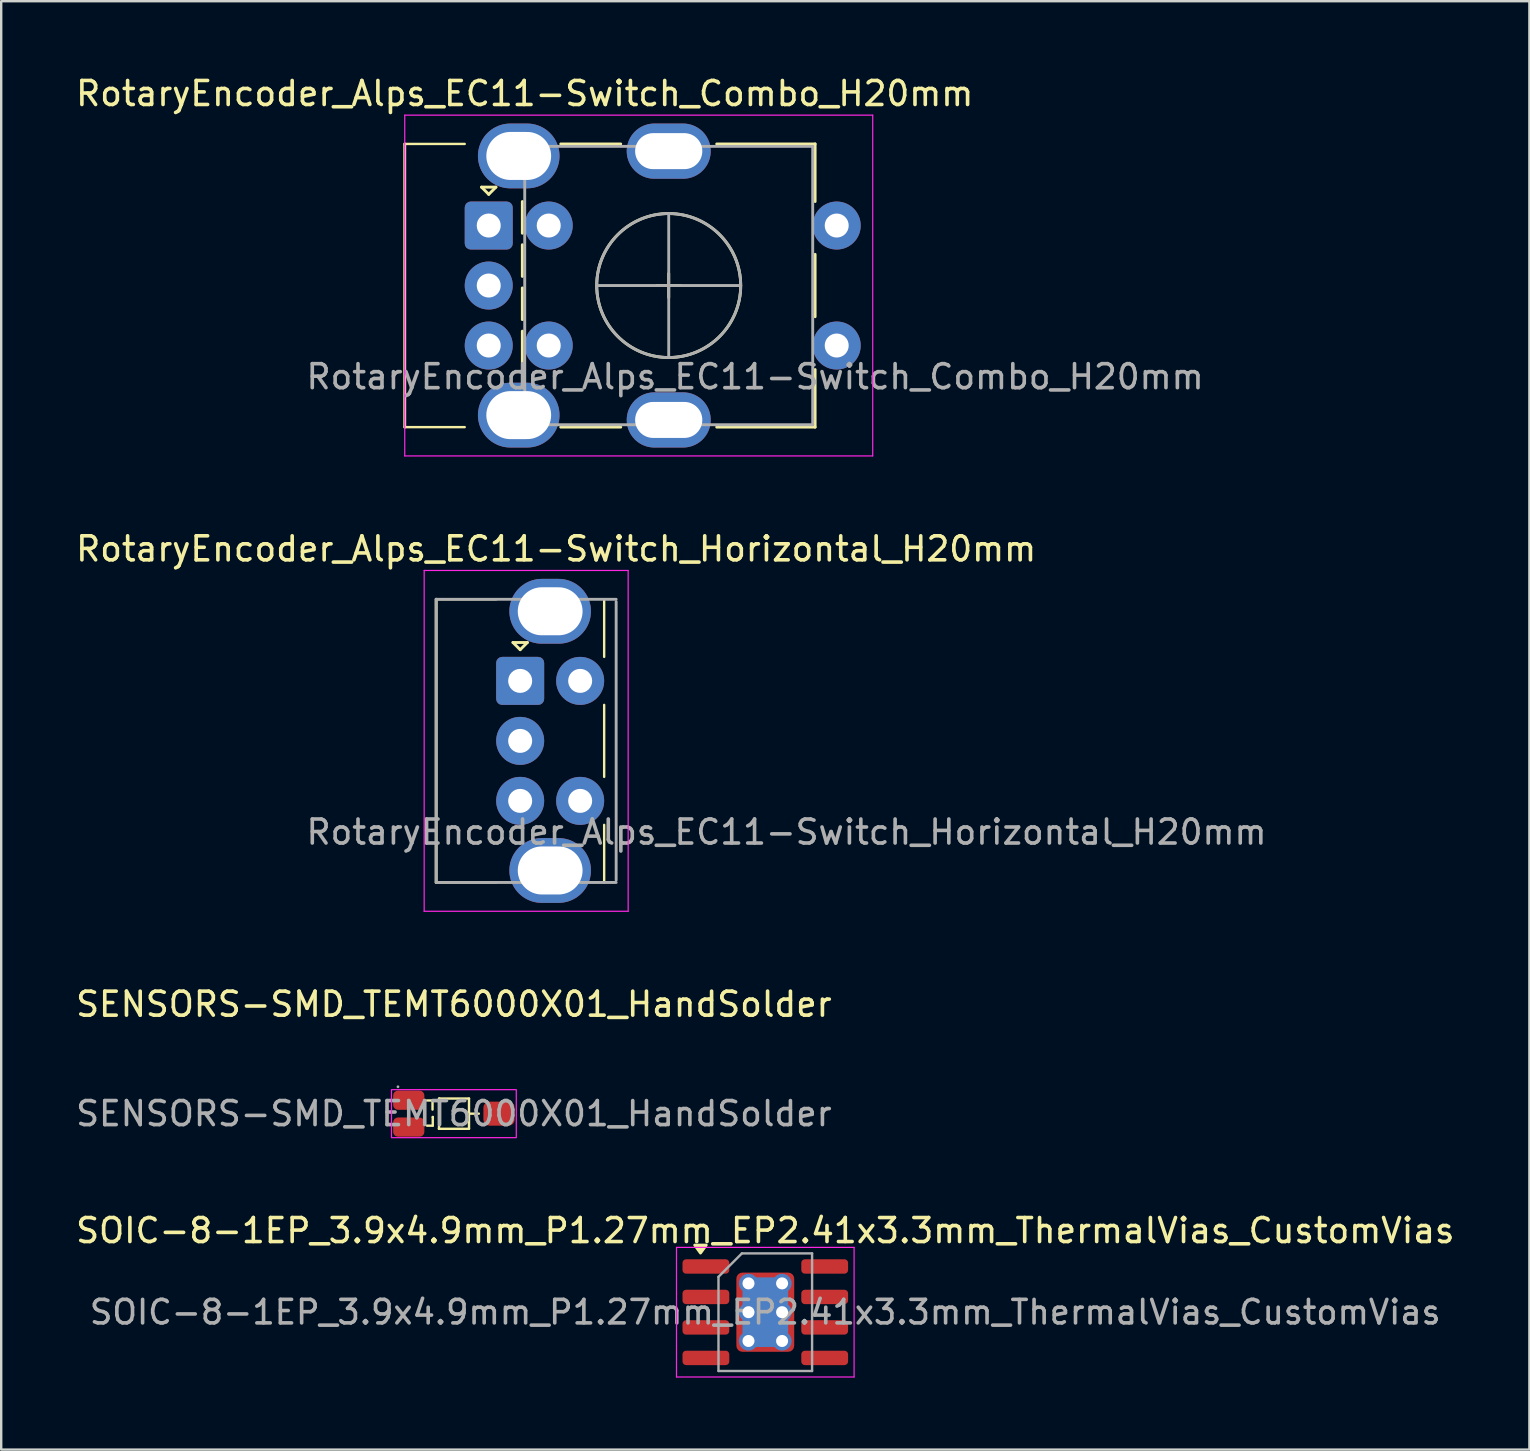
<source format=kicad_pcb>
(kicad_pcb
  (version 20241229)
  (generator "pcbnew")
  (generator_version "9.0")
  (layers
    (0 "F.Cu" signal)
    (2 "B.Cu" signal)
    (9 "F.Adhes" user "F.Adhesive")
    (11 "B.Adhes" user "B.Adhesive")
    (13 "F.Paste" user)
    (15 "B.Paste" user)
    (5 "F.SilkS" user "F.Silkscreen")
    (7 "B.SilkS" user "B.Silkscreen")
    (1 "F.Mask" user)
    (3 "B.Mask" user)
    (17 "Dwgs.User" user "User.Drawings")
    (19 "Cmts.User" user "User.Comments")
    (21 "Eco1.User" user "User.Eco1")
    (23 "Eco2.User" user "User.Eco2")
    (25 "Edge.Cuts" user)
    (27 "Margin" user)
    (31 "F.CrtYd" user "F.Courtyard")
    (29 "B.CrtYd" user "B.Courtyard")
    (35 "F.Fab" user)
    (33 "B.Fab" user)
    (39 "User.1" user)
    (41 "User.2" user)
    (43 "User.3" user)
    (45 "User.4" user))
  (footprint "SENSORS-SMD_TEMT6000X01_HandSolder"
    (layer "F.Cu")
    (at 15.863 43.355)
    (property "Reference" "SENSORS-SMD_TEMT6000X01_HandSolder" (at 0 -4.56 0) (layer "F.SilkS") (effects (font (size 1 1) (thickness 0.15))))
    (attr smd)
    (fp_line (start -1.12 -0.55) (end -0.89 -0.55) (stroke (width 0.1) (type solid)) (layer "F.SilkS"))
    (fp_line (start -1.12 0.5) (end -0.88 0.5) (stroke (width 0.1) (type solid)) (layer "F.SilkS"))
    (fp_line (start -0.89 -0.55) (end -0.89 -0.17) (stroke (width 0.1) (type solid)) (layer "F.SilkS"))
    (fp_line (start -0.88 0.14) (end -0.88 0.15) (stroke (width 0.1) (type solid)) (layer "F.SilkS"))
    (fp_line (start -0.88 0.5) (end -0.88 0.14) (stroke (width 0.1) (type solid)) (layer "F.SilkS"))
    (fp_line (start -0.62 -0.62) (end -0.62 0.63) (stroke (width 0.1) (type solid)) (layer "F.SilkS"))
    (fp_line (start -0.62 0.63) (end -0.62 0.63) (stroke (width 0.1) (type solid)) (layer "F.SilkS"))
    (fp_line (start -0.62 0.63) (end 0.63 0.63) (stroke (width 0.1) (type solid)) (layer "F.SilkS"))
    (fp_line (start -0.61 -0.63) (end -0.62 -0.62) (stroke (width 0.1) (type solid)) (layer "F.SilkS"))
    (fp_line (start 0.63 -0.63) (end -0.61 -0.63) (stroke (width 0.1) (type solid)) (layer "F.SilkS"))
    (fp_line (start 0.63 0.63) (end 0.63 -0.63) (stroke (width 0.1) (type solid)) (layer "F.SilkS"))
    (fp_line (start 0.66 0) (end 1.04 0) (stroke (width 0.1) (type solid)) (layer "F.SilkS"))
    (fp_rect (start -2.6 -1) (end 2.6 1) (stroke (width 0.05) (type default)) (fill no) (layer "F.CrtYd"))
    (fp_circle (center -2.33 -1.12) (end -2.3 -1.12) (stroke (width 0.06) (type solid)) (fill no) (layer "F.Fab"))
    (fp_text user "${REFERENCE}" (at 0 0 0) (layer "F.Fab") (effects (font (size 1 1) (thickness 0.15))))
    (pad "1" smd roundrect (at -1.88 -0.56) (size 1.3 0.8) (layers "F.Cu" "F.Mask" "F.Paste") (roundrect_rratio 0.25))
    (pad "2" smd roundrect (at -1.88 0.56) (size 1.3 0.8) (layers "F.Cu" "F.Mask" "F.Paste") (roundrect_rratio 0.25))
    (pad "3" smd roundrect (at 1.88 0) (size 1.3 1) (layers "F.Cu" "F.Mask" "F.Paste") (roundrect_rratio 0.25)))
  (footprint "RotaryEncoder_Alps_EC11-Switch_Combo_H20mm"
    (layer "F.Cu")
    (at 17.315 6.348)
    (property "Reference" "RotaryEncoder_Alps_EC11-Switch_Combo_H20mm" (at 1.5 -5.5 0) (layer "F.SilkS") (effects (font (size 1 1) (thickness 0.15))))
    (attr through_hole)
    (fp_line (start -3.5 -3.4) (end -3.5 8.4) (stroke (width 0.12) (type solid)) (layer "F.SilkS"))
    (fp_line (start -3.5 -3.4) (end -1 -3.4) (stroke (width 0.1) (type default)) (layer "F.SilkS"))
    (fp_line (start -3.5 8.4) (end -1 8.4) (stroke (width 0.1) (type default)) (layer "F.SilkS"))
    (fp_line (start -0.3 -1.6) (end 0.3 -1.6) (stroke (width 0.12) (type solid)) (layer "F.SilkS"))
    (fp_line (start 0 -1.3) (end -0.3 -1.6) (stroke (width 0.12) (type solid)) (layer "F.SilkS"))
    (fp_line (start 0.3 -1.6) (end 0 -1.3) (stroke (width 0.12) (type solid)) (layer "F.SilkS"))
    (fp_line (start 1.4 -1) (end 1.4 6) (stroke (width 0.12) (type dash)) (layer "F.SilkS"))
    (fp_line (start 5.5 -3.4) (end 3 -3.4) (stroke (width 0.12) (type solid)) (layer "F.SilkS"))
    (fp_line (start 5.5 8.4) (end 3 8.4) (stroke (width 0.12) (type solid)) (layer "F.SilkS"))
    (fp_line (start 7 2.5) (end 8 2.5) (stroke (width 0.12) (type solid)) (layer "F.SilkS"))
    (fp_line (start 7.5 2) (end 7.5 3) (stroke (width 0.12) (type solid)) (layer "F.SilkS"))
    (fp_line (start 9.5 -3.4) (end 13.6 -3.4) (stroke (width 0.12) (type solid)) (layer "F.SilkS"))
    (fp_line (start 13.6 -3.4) (end 13.6 -1) (stroke (width 0.12) (type solid)) (layer "F.SilkS"))
    (fp_line (start 13.6 1.2) (end 13.6 3.8) (stroke (width 0.12) (type solid)) (layer "F.SilkS"))
    (fp_line (start 13.6 6) (end 13.6 8.4) (stroke (width 0.12) (type solid)) (layer "F.SilkS"))
    (fp_line (start 13.6 8.4) (end 9.5 8.4) (stroke (width 0.12) (type solid)) (layer "F.SilkS"))
    (fp_circle (center 7.5 2.5) (end 10.5 2.5) (stroke (width 0.12) (type solid)) (fill no) (layer "F.SilkS"))
    (fp_line (start -3.5 -4.6) (end -3.5 9.6) (stroke (width 0.05) (type solid)) (layer "F.CrtYd"))
    (fp_line (start -3.5 -4.6) (end 16 -4.6) (stroke (width 0.05) (type solid)) (layer "F.CrtYd"))
    (fp_line (start 16 9.6) (end -3.5 9.6) (stroke (width 0.05) (type solid)) (layer "F.CrtYd"))
    (fp_line (start 16 9.6) (end 16 -4.6) (stroke (width 0.05) (type solid)) (layer "F.CrtYd"))
    (fp_line (start 1.5 -2.2) (end 2.5 -3.3) (stroke (width 0.12) (type solid)) (layer "F.Fab"))
    (fp_line (start 1.5 8.3) (end 1.5 -2.2) (stroke (width 0.12) (type solid)) (layer "F.Fab"))
    (fp_line (start 2.5 -3.3) (end 13.5 -3.3) (stroke (width 0.12) (type solid)) (layer "F.Fab"))
    (fp_line (start 4.5 2.5) (end 10.5 2.5) (stroke (width 0.12) (type solid)) (layer "F.Fab"))
    (fp_line (start 7.5 -0.5) (end 7.5 5.5) (stroke (width 0.12) (type solid)) (layer "F.Fab"))
    (fp_line (start 13.5 -3.3) (end 13.5 8.3) (stroke (width 0.12) (type solid)) (layer "F.Fab"))
    (fp_line (start 13.5 8.3) (end 1.5 8.3) (stroke (width 0.12) (type solid)) (layer "F.Fab"))
    (fp_circle (center 7.5 2.5) (end 10.5 2.5) (stroke (width 0.12) (type solid)) (fill no) (layer "F.Fab"))
    (fp_text user "${REFERENCE}" (at 11.1 6.3 0) (layer "F.Fab") (effects (font (size 1 1) (thickness 0.15))))
    (pad "A" thru_hole roundrect (at 0 0) (size 2 2) (drill 1) (layers "*.Cu" "*.Mask") (roundrect_rratio 0.125))
    (pad "B" thru_hole circle (at 0 5) (size 2 2) (drill 1) (layers "*.Cu" "*.Mask"))
    (pad "C" thru_hole circle (at 0 2.5) (size 2 2) (drill 1) (layers "*.Cu" "*.Mask"))
    (pad "MP" thru_hole oval (at 1.25 -2.9 180) (size 3.4 2.7) (drill oval 2.7 2) (layers "*.Cu" "*.Mask"))
    (pad "MP" thru_hole oval (at 1.25 7.9 180) (size 3.4 2.7) (drill oval 2.7 2) (layers "*.Cu" "*.Mask"))
    (pad "MP" thru_hole oval (at 7.5 -3.1) (size 3.5 2.3) (drill oval 2.8 1.5) (layers "*.Cu" "*.Mask"))
    (pad "MP" thru_hole oval (at 7.5 8.1) (size 3.5 2.3) (drill oval 2.8 1.5) (layers "*.Cu" "*.Mask"))
    (pad "S1" thru_hole circle (at 2.5 5) (size 2 2) (drill 1) (layers "*.Cu" "*.Mask"))
    (pad "S1" thru_hole circle (at 14.5 5) (size 2 2) (drill 1) (layers "*.Cu" "*.Mask"))
    (pad "S2" thru_hole circle (at 2.5 0) (size 2 2) (drill 1) (layers "*.Cu" "*.Mask"))
    (pad "S2" thru_hole circle (at 14.5 0) (size 2 2) (drill 1) (layers "*.Cu" "*.Mask")))
  (footprint "RotaryEncoder_Alps_EC11-Switch_Horizontal_H20mm"
    (layer "F.Cu")
    (at 18.625 25.322)
    (property "Reference" "RotaryEncoder_Alps_EC11-Switch_Horizontal_H20mm" (at 1.5 -5.5 0) (layer "F.SilkS") (effects (font (size 1 1) (thickness 0.15))))
    (attr through_hole)
    (fp_line (start -3.5 -3.4) (end -3.5 8.4) (stroke (width 0.12) (type solid)) (layer "F.SilkS"))
    (fp_line (start -3.5 -3.4) (end -1 -3.4) (stroke (width 0.1) (type default)) (layer "F.SilkS"))
    (fp_line (start -3.5 8.4) (end -1 8.4) (stroke (width 0.1) (type default)) (layer "F.SilkS"))
    (fp_line (start -0.3 -1.6) (end 0.3 -1.6) (stroke (width 0.12) (type solid)) (layer "F.SilkS"))
    (fp_line (start 0 -1.3) (end -0.3 -1.6) (stroke (width 0.12) (type solid)) (layer "F.SilkS"))
    (fp_line (start 0.3 -1.6) (end 0 -1.3) (stroke (width 0.12) (type solid)) (layer "F.SilkS"))
    (fp_line (start 3.5 -3.4) (end 3.5 -1) (stroke (width 0.1) (type default)) (layer "F.SilkS"))
    (fp_line (start 3.5 1) (end 3.5 4) (stroke (width 0.1) (type default)) (layer "F.SilkS"))
    (fp_line (start 3.5 6) (end 3.5 8.4) (stroke (width 0.1) (type default)) (layer "F.SilkS"))
    (fp_line (start -4 -4.6) (end -4 9.6) (stroke (width 0.05) (type solid)) (layer "F.CrtYd"))
    (fp_line (start -4 -4.6) (end 4.5 -4.6) (stroke (width 0.05) (type solid)) (layer "F.CrtYd"))
    (fp_line (start 4.5 9.6) (end -4 9.6) (stroke (width 0.05) (type solid)) (layer "F.CrtYd"))
    (fp_line (start 4.5 9.6) (end 4.5 -4.6) (stroke (width 0.05) (type solid)) (layer "F.CrtYd"))
    (fp_line (start -3.5 -3.4) (end 4 -3.4) (stroke (width 0.12) (type solid)) (layer "F.Fab"))
    (fp_line (start -3.5 8.4) (end -3.5 -3.4) (stroke (width 0.12) (type solid)) (layer "F.Fab"))
    (fp_line (start 4 -3.3) (end 4 8.3) (stroke (width 0.12) (type solid)) (layer "F.Fab"))
    (fp_line (start 4 8.4) (end -3.5 8.4) (stroke (width 0.12) (type solid)) (layer "F.Fab"))
    (fp_text user "${REFERENCE}" (at 11.1 6.3 0) (layer "F.Fab") (effects (font (size 1 1) (thickness 0.15))))
    (pad "A" thru_hole roundrect (at 0 0) (size 2 2) (drill 1) (layers "*.Cu" "*.Mask") (roundrect_rratio 0.125))
    (pad "B" thru_hole circle (at 0 5) (size 2 2) (drill 1) (layers "*.Cu" "*.Mask"))
    (pad "C" thru_hole circle (at 0 2.5) (size 2 2) (drill 1) (layers "*.Cu" "*.Mask"))
    (pad "MP" thru_hole oval (at 1.25 -2.9 180) (size 3.4 2.7) (drill oval 2.7 2) (layers "*.Cu" "*.Mask"))
    (pad "MP" thru_hole oval (at 1.25 7.9 180) (size 3.4 2.7) (drill oval 2.7 2) (layers "*.Cu" "*.Mask"))
    (pad "S1" thru_hole circle (at 2.5 5) (size 2 2) (drill 1) (layers "*.Cu" "*.Mask"))
    (pad "S2" thru_hole circle (at 2.5 0) (size 2 2) (drill 1) (layers "*.Cu" "*.Mask")))
  (footprint "SOIC-8-1EP_3.9x4.9mm_P1.27mm_EP2.41x3.3mm_ThermalVias_CustomVias"
    (layer "F.Cu")
    (at 28.839 51.628)
    (property "Reference" "SOIC-8-1EP_3.9x4.9mm_P1.27mm_EP2.41x3.3mm_ThermalVias_CustomVias" (at 0 -3.4 0) (layer "F.SilkS") (effects (font (size 1 1) (thickness 0.15))))
    (attr smd)
    (fp_poly (pts (xy -2.7 -2.465) (xy -2.94 -2.795) (xy -2.46 -2.795) (xy -2.7 -2.465)) (stroke (width 0.12) (type solid)) (fill yes) (layer "F.SilkS"))
    (fp_line (start -3.7 -2.7) (end -3.7 2.7) (stroke (width 0.05) (type solid)) (layer "F.CrtYd"))
    (fp_line (start -3.7 2.7) (end 3.7 2.7) (stroke (width 0.05) (type solid)) (layer "F.CrtYd"))
    (fp_line (start 3.7 -2.7) (end -3.7 -2.7) (stroke (width 0.05) (type solid)) (layer "F.CrtYd"))
    (fp_line (start 3.7 2.7) (end 3.7 -2.7) (stroke (width 0.05) (type solid)) (layer "F.CrtYd"))
    (fp_line (start -1.95 -1.475) (end -0.975 -2.45) (stroke (width 0.1) (type solid)) (layer "F.Fab"))
    (fp_line (start -1.95 2.45) (end -1.95 -1.475) (stroke (width 0.1) (type solid)) (layer "F.Fab"))
    (fp_line (start -0.975 -2.45) (end 1.95 -2.45) (stroke (width 0.1) (type solid)) (layer "F.Fab"))
    (fp_line (start 1.95 -2.45) (end 1.95 2.45) (stroke (width 0.1) (type solid)) (layer "F.Fab"))
    (fp_line (start 1.95 2.45) (end -1.95 2.45) (stroke (width 0.1) (type solid)) (layer "F.Fab"))
    (fp_text user "${REFERENCE}" (at 0 0 0) (layer "F.Fab") (effects (font (size 0.98 0.98) (thickness 0.15))))
    (pad "" smd roundrect (at -0.6 -0.825) (size 1.01 1.38) (layers "F.Paste") (roundrect_rratio 0.248))
    (pad "" smd roundrect (at -0.6 0.825) (size 1.01 1.38) (layers "F.Paste") (roundrect_rratio 0.248))
    (pad "" smd roundrect (at 0.6 -0.825) (size 1.01 1.38) (layers "F.Paste") (roundrect_rratio 0.248))
    (pad "" smd roundrect (at 0.6 0.825) (size 1.01 1.38) (layers "F.Paste") (roundrect_rratio 0.248))
    (pad "1" smd roundrect (at -2.475 -1.905) (size 1.95 0.6) (layers "F.Cu" "F.Mask" "F.Paste") (roundrect_rratio 0.25))
    (pad "2" smd roundrect (at -2.475 -0.635) (size 1.95 0.6) (layers "F.Cu" "F.Mask" "F.Paste") (roundrect_rratio 0.25))
    (pad "3" smd roundrect (at -2.475 0.635) (size 1.95 0.6) (layers "F.Cu" "F.Mask" "F.Paste") (roundrect_rratio 0.25))
    (pad "4" smd roundrect (at -2.475 1.905) (size 1.95 0.6) (layers "F.Cu" "F.Mask" "F.Paste") (roundrect_rratio 0.25))
    (pad "5" smd roundrect (at 2.475 1.905) (size 1.95 0.6) (layers "F.Cu" "F.Mask" "F.Paste") (roundrect_rratio 0.25))
    (pad "6" smd roundrect (at 2.475 0.635) (size 1.95 0.6) (layers "F.Cu" "F.Mask" "F.Paste") (roundrect_rratio 0.25))
    (pad "7" smd roundrect (at 2.475 -0.635) (size 1.95 0.6) (layers "F.Cu" "F.Mask" "F.Paste") (roundrect_rratio 0.25))
    (pad "8" smd roundrect (at 2.475 -1.905) (size 1.95 0.6) (layers "F.Cu" "F.Mask" "F.Paste") (roundrect_rratio 0.25))
    (pad "9" thru_hole circle (at -0.7 -1.2) (size 0.8 0.8) (drill 0.5) (property pad_prop_heatsink) (layers "*.Cu"))
    (pad "9" thru_hole circle (at -0.7 0) (size 0.8 0.8) (drill 0.5) (property pad_prop_heatsink) (layers "*.Cu"))
    (pad "9" thru_hole circle (at -0.7 1.2) (size 0.8 0.8) (drill 0.5) (property pad_prop_heatsink) (layers "*.Cu"))
    (pad "9" smd rect (at 0 0) (size 1.9 2.9) (property pad_prop_heatsink) (layers "B.Cu"))
    (pad "9" smd roundrect (at 0 0) (size 2.41 3.3) (property pad_prop_heatsink) (layers "F.Cu" "F.Mask") (roundrect_rratio 0.104))
    (pad "9" thru_hole circle (at 0.7 -1.2) (size 0.8 0.8) (drill 0.5) (property pad_prop_heatsink) (layers "*.Cu"))
    (pad "9" thru_hole circle (at 0.7 0) (size 0.8 0.8) (drill 0.5) (property pad_prop_heatsink) (layers "*.Cu"))
    (pad "9" thru_hole circle (at 0.7 1.2) (size 0.8 0.8) (drill 0.5) (property pad_prop_heatsink) (layers "*.Cu")))
  (gr_rect
    (start -3 -3)
    (end 60.679 57.353)
    (stroke (width 0.1) (type default))
    (fill no)
    (layer "Edge.Cuts")))
</source>
